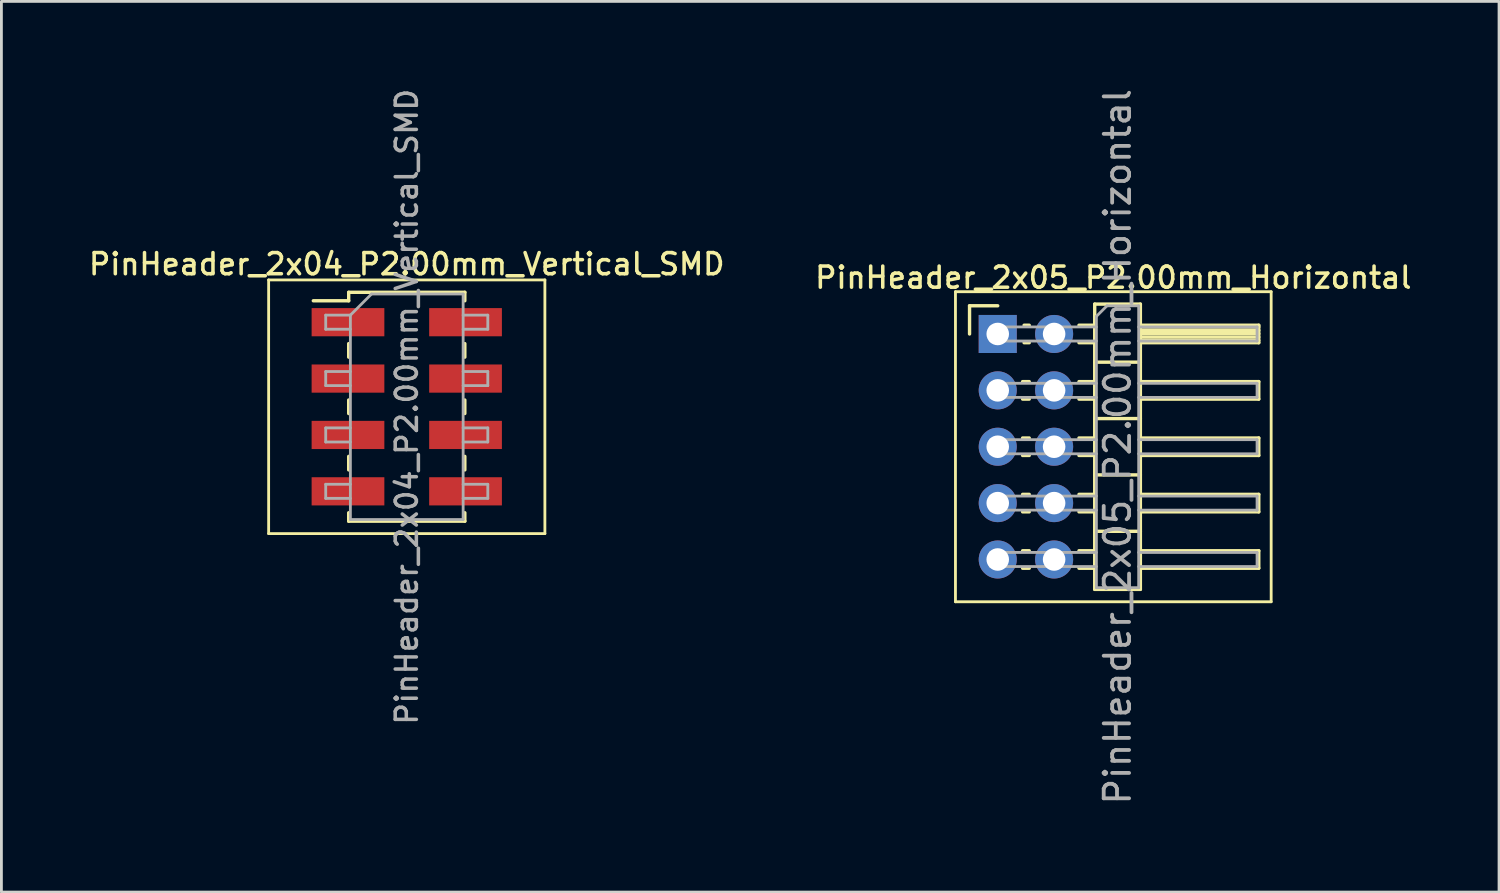
<source format=kicad_pcb>
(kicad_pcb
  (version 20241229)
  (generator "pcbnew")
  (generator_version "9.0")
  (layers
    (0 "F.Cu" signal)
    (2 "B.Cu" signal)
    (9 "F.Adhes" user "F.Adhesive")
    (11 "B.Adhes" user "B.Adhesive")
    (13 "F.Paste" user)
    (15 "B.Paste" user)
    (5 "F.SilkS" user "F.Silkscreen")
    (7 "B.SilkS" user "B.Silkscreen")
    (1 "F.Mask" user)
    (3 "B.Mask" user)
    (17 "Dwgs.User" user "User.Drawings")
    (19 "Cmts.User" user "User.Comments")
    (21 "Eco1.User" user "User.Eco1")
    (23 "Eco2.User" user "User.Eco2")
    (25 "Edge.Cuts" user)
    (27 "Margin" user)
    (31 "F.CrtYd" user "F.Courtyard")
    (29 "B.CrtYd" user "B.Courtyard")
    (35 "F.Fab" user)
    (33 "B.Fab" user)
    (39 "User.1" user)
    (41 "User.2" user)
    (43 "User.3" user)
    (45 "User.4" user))
  (footprint "PinHeader_2x05_P2.00mm_Horizontal"
    (layer "F.Cu")
    (at 32.345 8.798)
    (property "Reference" "PinHeader_2x05_P2.00mm_Horizontal" (at 4.1 -2 0) (layer "F.SilkS") (effects (font (size 0.75 0.75) (thickness 0.125))))
    (attr through_hole)
    (fp_line (start -1.5 -1.5) (end -1.5 9.5) (stroke (width 0.1) (type solid)) (layer "F.SilkS"))
    (fp_line (start -1.5 9.5) (end 9.7 9.5) (stroke (width 0.1) (type solid)) (layer "F.SilkS"))
    (fp_line (start -1 -1) (end 0 -1) (stroke (width 0.12) (type solid)) (layer "F.SilkS"))
    (fp_line (start -1 0) (end -1 -1) (stroke (width 0.12) (type solid)) (layer "F.SilkS"))
    (fp_line (start 0.882 1.69) (end 1.118 1.69) (stroke (width 0.12) (type solid)) (layer "F.SilkS"))
    (fp_line (start 0.882 2.31) (end 1.118 2.31) (stroke (width 0.12) (type solid)) (layer "F.SilkS"))
    (fp_line (start 0.882 3.69) (end 1.118 3.69) (stroke (width 0.12) (type solid)) (layer "F.SilkS"))
    (fp_line (start 0.882 4.31) (end 1.118 4.31) (stroke (width 0.12) (type solid)) (layer "F.SilkS"))
    (fp_line (start 0.882 5.69) (end 1.118 5.69) (stroke (width 0.12) (type solid)) (layer "F.SilkS"))
    (fp_line (start 0.882 6.31) (end 1.118 6.31) (stroke (width 0.12) (type solid)) (layer "F.SilkS"))
    (fp_line (start 0.882 7.69) (end 1.118 7.69) (stroke (width 0.12) (type solid)) (layer "F.SilkS"))
    (fp_line (start 0.882 8.31) (end 1.118 8.31) (stroke (width 0.12) (type solid)) (layer "F.SilkS"))
    (fp_line (start 0.935 -0.31) (end 1.118 -0.31) (stroke (width 0.12) (type solid)) (layer "F.SilkS"))
    (fp_line (start 0.935 0.31) (end 1.118 0.31) (stroke (width 0.12) (type solid)) (layer "F.SilkS"))
    (fp_line (start 2.882 -0.31) (end 3.44 -0.31) (stroke (width 0.12) (type solid)) (layer "F.SilkS"))
    (fp_line (start 2.882 0.31) (end 3.44 0.31) (stroke (width 0.12) (type solid)) (layer "F.SilkS"))
    (fp_line (start 2.882 1.69) (end 3.44 1.69) (stroke (width 0.12) (type solid)) (layer "F.SilkS"))
    (fp_line (start 2.882 2.31) (end 3.44 2.31) (stroke (width 0.12) (type solid)) (layer "F.SilkS"))
    (fp_line (start 2.882 3.69) (end 3.44 3.69) (stroke (width 0.12) (type solid)) (layer "F.SilkS"))
    (fp_line (start 2.882 4.31) (end 3.44 4.31) (stroke (width 0.12) (type solid)) (layer "F.SilkS"))
    (fp_line (start 2.882 5.69) (end 3.44 5.69) (stroke (width 0.12) (type solid)) (layer "F.SilkS"))
    (fp_line (start 2.882 6.31) (end 3.44 6.31) (stroke (width 0.12) (type solid)) (layer "F.SilkS"))
    (fp_line (start 2.882 7.69) (end 3.44 7.69) (stroke (width 0.12) (type solid)) (layer "F.SilkS"))
    (fp_line (start 2.882 8.31) (end 3.44 8.31) (stroke (width 0.12) (type solid)) (layer "F.SilkS"))
    (fp_line (start 3.44 -1.06) (end 3.44 9.06) (stroke (width 0.12) (type solid)) (layer "F.SilkS"))
    (fp_line (start 3.44 1) (end 5.06 1) (stroke (width 0.12) (type solid)) (layer "F.SilkS"))
    (fp_line (start 3.44 3) (end 5.06 3) (stroke (width 0.12) (type solid)) (layer "F.SilkS"))
    (fp_line (start 3.44 5) (end 5.06 5) (stroke (width 0.12) (type solid)) (layer "F.SilkS"))
    (fp_line (start 3.44 7) (end 5.06 7) (stroke (width 0.12) (type solid)) (layer "F.SilkS"))
    (fp_line (start 3.44 9.06) (end 5.06 9.06) (stroke (width 0.12) (type solid)) (layer "F.SilkS"))
    (fp_line (start 5.06 -1.06) (end 3.44 -1.06) (stroke (width 0.12) (type solid)) (layer "F.SilkS"))
    (fp_line (start 5.06 -0.31) (end 9.26 -0.31) (stroke (width 0.12) (type solid)) (layer "F.SilkS"))
    (fp_line (start 5.06 -0.25) (end 9.26 -0.25) (stroke (width 0.12) (type solid)) (layer "F.SilkS"))
    (fp_line (start 5.06 -0.13) (end 9.26 -0.13) (stroke (width 0.12) (type solid)) (layer "F.SilkS"))
    (fp_line (start 5.06 -0.01) (end 9.26 -0.01) (stroke (width 0.12) (type solid)) (layer "F.SilkS"))
    (fp_line (start 5.06 0.11) (end 9.26 0.11) (stroke (width 0.12) (type solid)) (layer "F.SilkS"))
    (fp_line (start 5.06 0.23) (end 9.26 0.23) (stroke (width 0.12) (type solid)) (layer "F.SilkS"))
    (fp_line (start 5.06 1.69) (end 9.26 1.69) (stroke (width 0.12) (type solid)) (layer "F.SilkS"))
    (fp_line (start 5.06 3.69) (end 9.26 3.69) (stroke (width 0.12) (type solid)) (layer "F.SilkS"))
    (fp_line (start 5.06 5.69) (end 9.26 5.69) (stroke (width 0.12) (type solid)) (layer "F.SilkS"))
    (fp_line (start 5.06 7.69) (end 9.26 7.69) (stroke (width 0.12) (type solid)) (layer "F.SilkS"))
    (fp_line (start 5.06 9.06) (end 5.06 -1.06) (stroke (width 0.12) (type solid)) (layer "F.SilkS"))
    (fp_line (start 9.26 -0.31) (end 9.26 0.31) (stroke (width 0.12) (type solid)) (layer "F.SilkS"))
    (fp_line (start 9.26 0.31) (end 5.06 0.31) (stroke (width 0.12) (type solid)) (layer "F.SilkS"))
    (fp_line (start 9.26 1.69) (end 9.26 2.31) (stroke (width 0.12) (type solid)) (layer "F.SilkS"))
    (fp_line (start 9.26 2.31) (end 5.06 2.31) (stroke (width 0.12) (type solid)) (layer "F.SilkS"))
    (fp_line (start 9.26 3.69) (end 9.26 4.31) (stroke (width 0.12) (type solid)) (layer "F.SilkS"))
    (fp_line (start 9.26 4.31) (end 5.06 4.31) (stroke (width 0.12) (type solid)) (layer "F.SilkS"))
    (fp_line (start 9.26 5.69) (end 9.26 6.31) (stroke (width 0.12) (type solid)) (layer "F.SilkS"))
    (fp_line (start 9.26 6.31) (end 5.06 6.31) (stroke (width 0.12) (type solid)) (layer "F.SilkS"))
    (fp_line (start 9.26 7.69) (end 9.26 8.31) (stroke (width 0.12) (type solid)) (layer "F.SilkS"))
    (fp_line (start 9.26 8.31) (end 5.06 8.31) (stroke (width 0.12) (type solid)) (layer "F.SilkS"))
    (fp_line (start 9.7 -1.5) (end -1.5 -1.5) (stroke (width 0.1) (type solid)) (layer "F.SilkS"))
    (fp_line (start 9.7 9.5) (end 9.7 -1.5) (stroke (width 0.1) (type solid)) (layer "F.SilkS"))
    (fp_line (start -0.25 -0.25) (end -0.25 0.25) (stroke (width 0.1) (type solid)) (layer "F.Fab"))
    (fp_line (start -0.25 -0.25) (end 3.5 -0.25) (stroke (width 0.1) (type solid)) (layer "F.Fab"))
    (fp_line (start -0.25 0.25) (end 3.5 0.25) (stroke (width 0.1) (type solid)) (layer "F.Fab"))
    (fp_line (start -0.25 1.75) (end -0.25 2.25) (stroke (width 0.1) (type solid)) (layer "F.Fab"))
    (fp_line (start -0.25 1.75) (end 3.5 1.75) (stroke (width 0.1) (type solid)) (layer "F.Fab"))
    (fp_line (start -0.25 2.25) (end 3.5 2.25) (stroke (width 0.1) (type solid)) (layer "F.Fab"))
    (fp_line (start -0.25 3.75) (end -0.25 4.25) (stroke (width 0.1) (type solid)) (layer "F.Fab"))
    (fp_line (start -0.25 3.75) (end 3.5 3.75) (stroke (width 0.1) (type solid)) (layer "F.Fab"))
    (fp_line (start -0.25 4.25) (end 3.5 4.25) (stroke (width 0.1) (type solid)) (layer "F.Fab"))
    (fp_line (start -0.25 5.75) (end -0.25 6.25) (stroke (width 0.1) (type solid)) (layer "F.Fab"))
    (fp_line (start -0.25 5.75) (end 3.5 5.75) (stroke (width 0.1) (type solid)) (layer "F.Fab"))
    (fp_line (start -0.25 6.25) (end 3.5 6.25) (stroke (width 0.1) (type solid)) (layer "F.Fab"))
    (fp_line (start -0.25 7.75) (end -0.25 8.25) (stroke (width 0.1) (type solid)) (layer "F.Fab"))
    (fp_line (start -0.25 7.75) (end 3.5 7.75) (stroke (width 0.1) (type solid)) (layer "F.Fab"))
    (fp_line (start -0.25 8.25) (end 3.5 8.25) (stroke (width 0.1) (type solid)) (layer "F.Fab"))
    (fp_line (start 3.5 -0.625) (end 3.875 -1) (stroke (width 0.1) (type solid)) (layer "F.Fab"))
    (fp_line (start 3.5 9) (end 3.5 -0.625) (stroke (width 0.1) (type solid)) (layer "F.Fab"))
    (fp_line (start 3.875 -1) (end 5 -1) (stroke (width 0.1) (type solid)) (layer "F.Fab"))
    (fp_line (start 5 -1) (end 5 9) (stroke (width 0.1) (type solid)) (layer "F.Fab"))
    (fp_line (start 5 -0.25) (end 9.2 -0.25) (stroke (width 0.1) (type solid)) (layer "F.Fab"))
    (fp_line (start 5 0.25) (end 9.2 0.25) (stroke (width 0.1) (type solid)) (layer "F.Fab"))
    (fp_line (start 5 1.75) (end 9.2 1.75) (stroke (width 0.1) (type solid)) (layer "F.Fab"))
    (fp_line (start 5 2.25) (end 9.2 2.25) (stroke (width 0.1) (type solid)) (layer "F.Fab"))
    (fp_line (start 5 3.75) (end 9.2 3.75) (stroke (width 0.1) (type solid)) (layer "F.Fab"))
    (fp_line (start 5 4.25) (end 9.2 4.25) (stroke (width 0.1) (type solid)) (layer "F.Fab"))
    (fp_line (start 5 5.75) (end 9.2 5.75) (stroke (width 0.1) (type solid)) (layer "F.Fab"))
    (fp_line (start 5 6.25) (end 9.2 6.25) (stroke (width 0.1) (type solid)) (layer "F.Fab"))
    (fp_line (start 5 7.75) (end 9.2 7.75) (stroke (width 0.1) (type solid)) (layer "F.Fab"))
    (fp_line (start 5 8.25) (end 9.2 8.25) (stroke (width 0.1) (type solid)) (layer "F.Fab"))
    (fp_line (start 5 9) (end 3.5 9) (stroke (width 0.1) (type solid)) (layer "F.Fab"))
    (fp_line (start 9.2 -0.25) (end 9.2 0.25) (stroke (width 0.1) (type solid)) (layer "F.Fab"))
    (fp_line (start 9.2 1.75) (end 9.2 2.25) (stroke (width 0.1) (type solid)) (layer "F.Fab"))
    (fp_line (start 9.2 3.75) (end 9.2 4.25) (stroke (width 0.1) (type solid)) (layer "F.Fab"))
    (fp_line (start 9.2 5.75) (end 9.2 6.25) (stroke (width 0.1) (type solid)) (layer "F.Fab"))
    (fp_line (start 9.2 7.75) (end 9.2 8.25) (stroke (width 0.1) (type solid)) (layer "F.Fab"))
    (fp_text user "${REFERENCE}" (at 4.25 4 90) (layer "F.Fab") (effects (font (size 0.9 0.9) (thickness 0.135))))
    (pad "1" thru_hole rect (at 0 0) (size 1.35 1.35) (drill 0.8) (layers "*.Cu" "*.Mask"))
    (pad "2" thru_hole oval (at 2 0) (size 1.35 1.35) (drill 0.8) (layers "*.Cu" "*.Mask"))
    (pad "3" thru_hole oval (at 0 2) (size 1.35 1.35) (drill 0.8) (layers "*.Cu" "*.Mask"))
    (pad "4" thru_hole oval (at 2 2) (size 1.35 1.35) (drill 0.8) (layers "*.Cu" "*.Mask"))
    (pad "5" thru_hole oval (at 0 4) (size 1.35 1.35) (drill 0.8) (layers "*.Cu" "*.Mask"))
    (pad "6" thru_hole oval (at 2 4) (size 1.35 1.35) (drill 0.8) (layers "*.Cu" "*.Mask"))
    (pad "7" thru_hole oval (at 0 6) (size 1.35 1.35) (drill 0.8) (layers "*.Cu" "*.Mask"))
    (pad "8" thru_hole oval (at 2 6) (size 1.35 1.35) (drill 0.8) (layers "*.Cu" "*.Mask"))
    (pad "9" thru_hole oval (at 0 8) (size 1.35 1.35) (drill 0.8) (layers "*.Cu" "*.Mask"))
    (pad "10" thru_hole oval (at 2 8) (size 1.35 1.35) (drill 0.8) (layers "*.Cu" "*.Mask")))
  (footprint "PinHeader_2x04_P2.00mm_Vertical_SMD"
    (layer "F.Cu")
    (at 11.38 11.38)
    (property "Reference" "PinHeader_2x04_P2.00mm_Vertical_SMD" (at 0 -5.06 0) (layer "F.SilkS") (effects (font (size 0.75 0.75) (thickness 0.125))))
    (attr smd)
    (fp_line (start -4.9 -4.5) (end -4.9 4.5) (stroke (width 0.1) (type solid)) (layer "F.SilkS"))
    (fp_line (start -4.9 4.5) (end 4.9 4.5) (stroke (width 0.1) (type solid)) (layer "F.SilkS"))
    (fp_line (start -3.315 -3.76) (end -2.06 -3.76) (stroke (width 0.12) (type solid)) (layer "F.SilkS"))
    (fp_line (start -2.06 -4.06) (end -2.06 -3.76) (stroke (width 0.12) (type solid)) (layer "F.SilkS"))
    (fp_line (start -2.06 -4.06) (end 2.06 -4.06) (stroke (width 0.12) (type solid)) (layer "F.SilkS"))
    (fp_line (start -2.06 -2.24) (end -2.06 -1.76) (stroke (width 0.12) (type solid)) (layer "F.SilkS"))
    (fp_line (start -2.06 -0.24) (end -2.06 0.24) (stroke (width 0.12) (type solid)) (layer "F.SilkS"))
    (fp_line (start -2.06 1.76) (end -2.06 2.24) (stroke (width 0.12) (type solid)) (layer "F.SilkS"))
    (fp_line (start -2.06 3.76) (end -2.06 4.06) (stroke (width 0.12) (type solid)) (layer "F.SilkS"))
    (fp_line (start -2.06 4.06) (end 2.06 4.06) (stroke (width 0.12) (type solid)) (layer "F.SilkS"))
    (fp_line (start 2.06 -4.06) (end 2.06 -3.76) (stroke (width 0.12) (type solid)) (layer "F.SilkS"))
    (fp_line (start 2.06 -2.24) (end 2.06 -1.76) (stroke (width 0.12) (type solid)) (layer "F.SilkS"))
    (fp_line (start 2.06 -0.24) (end 2.06 0.24) (stroke (width 0.12) (type solid)) (layer "F.SilkS"))
    (fp_line (start 2.06 1.76) (end 2.06 2.24) (stroke (width 0.12) (type solid)) (layer "F.SilkS"))
    (fp_line (start 2.06 3.76) (end 2.06 4.06) (stroke (width 0.12) (type solid)) (layer "F.SilkS"))
    (fp_line (start 4.9 -4.5) (end -4.9 -4.5) (stroke (width 0.1) (type solid)) (layer "F.SilkS"))
    (fp_line (start 4.9 4.5) (end 4.9 -4.5) (stroke (width 0.1) (type solid)) (layer "F.SilkS"))
    (fp_line (start -2.875 -3.25) (end -2.875 -2.75) (stroke (width 0.1) (type solid)) (layer "F.Fab"))
    (fp_line (start -2.875 -2.75) (end -2 -2.75) (stroke (width 0.1) (type solid)) (layer "F.Fab"))
    (fp_line (start -2.875 -1.25) (end -2.875 -0.75) (stroke (width 0.1) (type solid)) (layer "F.Fab"))
    (fp_line (start -2.875 -0.75) (end -2 -0.75) (stroke (width 0.1) (type solid)) (layer "F.Fab"))
    (fp_line (start -2.875 0.75) (end -2.875 1.25) (stroke (width 0.1) (type solid)) (layer "F.Fab"))
    (fp_line (start -2.875 1.25) (end -2 1.25) (stroke (width 0.1) (type solid)) (layer "F.Fab"))
    (fp_line (start -2.875 2.75) (end -2.875 3.25) (stroke (width 0.1) (type solid)) (layer "F.Fab"))
    (fp_line (start -2.875 3.25) (end -2 3.25) (stroke (width 0.1) (type solid)) (layer "F.Fab"))
    (fp_line (start -2 -3.25) (end -2.875 -3.25) (stroke (width 0.1) (type solid)) (layer "F.Fab"))
    (fp_line (start -2 -3.25) (end -1.25 -4) (stroke (width 0.1) (type solid)) (layer "F.Fab"))
    (fp_line (start -2 -1.25) (end -2.875 -1.25) (stroke (width 0.1) (type solid)) (layer "F.Fab"))
    (fp_line (start -2 0.75) (end -2.875 0.75) (stroke (width 0.1) (type solid)) (layer "F.Fab"))
    (fp_line (start -2 2.75) (end -2.875 2.75) (stroke (width 0.1) (type solid)) (layer "F.Fab"))
    (fp_line (start -2 4) (end -2 -3.25) (stroke (width 0.1) (type solid)) (layer "F.Fab"))
    (fp_line (start -1.25 -4) (end 2 -4) (stroke (width 0.1) (type solid)) (layer "F.Fab"))
    (fp_line (start 2 -4) (end 2 4) (stroke (width 0.1) (type solid)) (layer "F.Fab"))
    (fp_line (start 2 -3.25) (end 2.875 -3.25) (stroke (width 0.1) (type solid)) (layer "F.Fab"))
    (fp_line (start 2 -1.25) (end 2.875 -1.25) (stroke (width 0.1) (type solid)) (layer "F.Fab"))
    (fp_line (start 2 0.75) (end 2.875 0.75) (stroke (width 0.1) (type solid)) (layer "F.Fab"))
    (fp_line (start 2 2.75) (end 2.875 2.75) (stroke (width 0.1) (type solid)) (layer "F.Fab"))
    (fp_line (start 2 4) (end -2 4) (stroke (width 0.1) (type solid)) (layer "F.Fab"))
    (fp_line (start 2.875 -3.25) (end 2.875 -2.75) (stroke (width 0.1) (type solid)) (layer "F.Fab"))
    (fp_line (start 2.875 -2.75) (end 2 -2.75) (stroke (width 0.1) (type solid)) (layer "F.Fab"))
    (fp_line (start 2.875 -1.25) (end 2.875 -0.75) (stroke (width 0.1) (type solid)) (layer "F.Fab"))
    (fp_line (start 2.875 -0.75) (end 2 -0.75) (stroke (width 0.1) (type solid)) (layer "F.Fab"))
    (fp_line (start 2.875 0.75) (end 2.875 1.25) (stroke (width 0.1) (type solid)) (layer "F.Fab"))
    (fp_line (start 2.875 1.25) (end 2 1.25) (stroke (width 0.1) (type solid)) (layer "F.Fab"))
    (fp_line (start 2.875 2.75) (end 2.875 3.25) (stroke (width 0.1) (type solid)) (layer "F.Fab"))
    (fp_line (start 2.875 3.25) (end 2 3.25) (stroke (width 0.1) (type solid)) (layer "F.Fab"))
    (fp_text user "${REFERENCE}" (at 0 0 90) (layer "F.Fab") (effects (font (size 0.75 0.75) (thickness 0.125))))
    (pad "1" smd rect (at -2.085 -3) (size 2.58 1) (layers "F.Cu" "F.Mask" "F.Paste"))
    (pad "2" smd rect (at 2.085 -3) (size 2.58 1) (layers "F.Cu" "F.Mask" "F.Paste"))
    (pad "3" smd rect (at -2.085 -1) (size 2.58 1) (layers "F.Cu" "F.Mask" "F.Paste"))
    (pad "4" smd rect (at 2.085 -1) (size 2.58 1) (layers "F.Cu" "F.Mask" "F.Paste"))
    (pad "5" smd rect (at -2.085 1) (size 2.58 1) (layers "F.Cu" "F.Mask" "F.Paste"))
    (pad "6" smd rect (at 2.085 1) (size 2.58 1) (layers "F.Cu" "F.Mask" "F.Paste"))
    (pad "7" smd rect (at -2.085 3) (size 2.58 1) (layers "F.Cu" "F.Mask" "F.Paste"))
    (pad "8" smd rect (at 2.085 3) (size 2.58 1) (layers "F.Cu" "F.Mask" "F.Paste")))
  (gr_rect
    (start -3 -3)
    (end 50.129 28.596)
    (stroke (width 0.1) (type default))
    (fill no)
    (layer "Edge.Cuts")))
</source>
